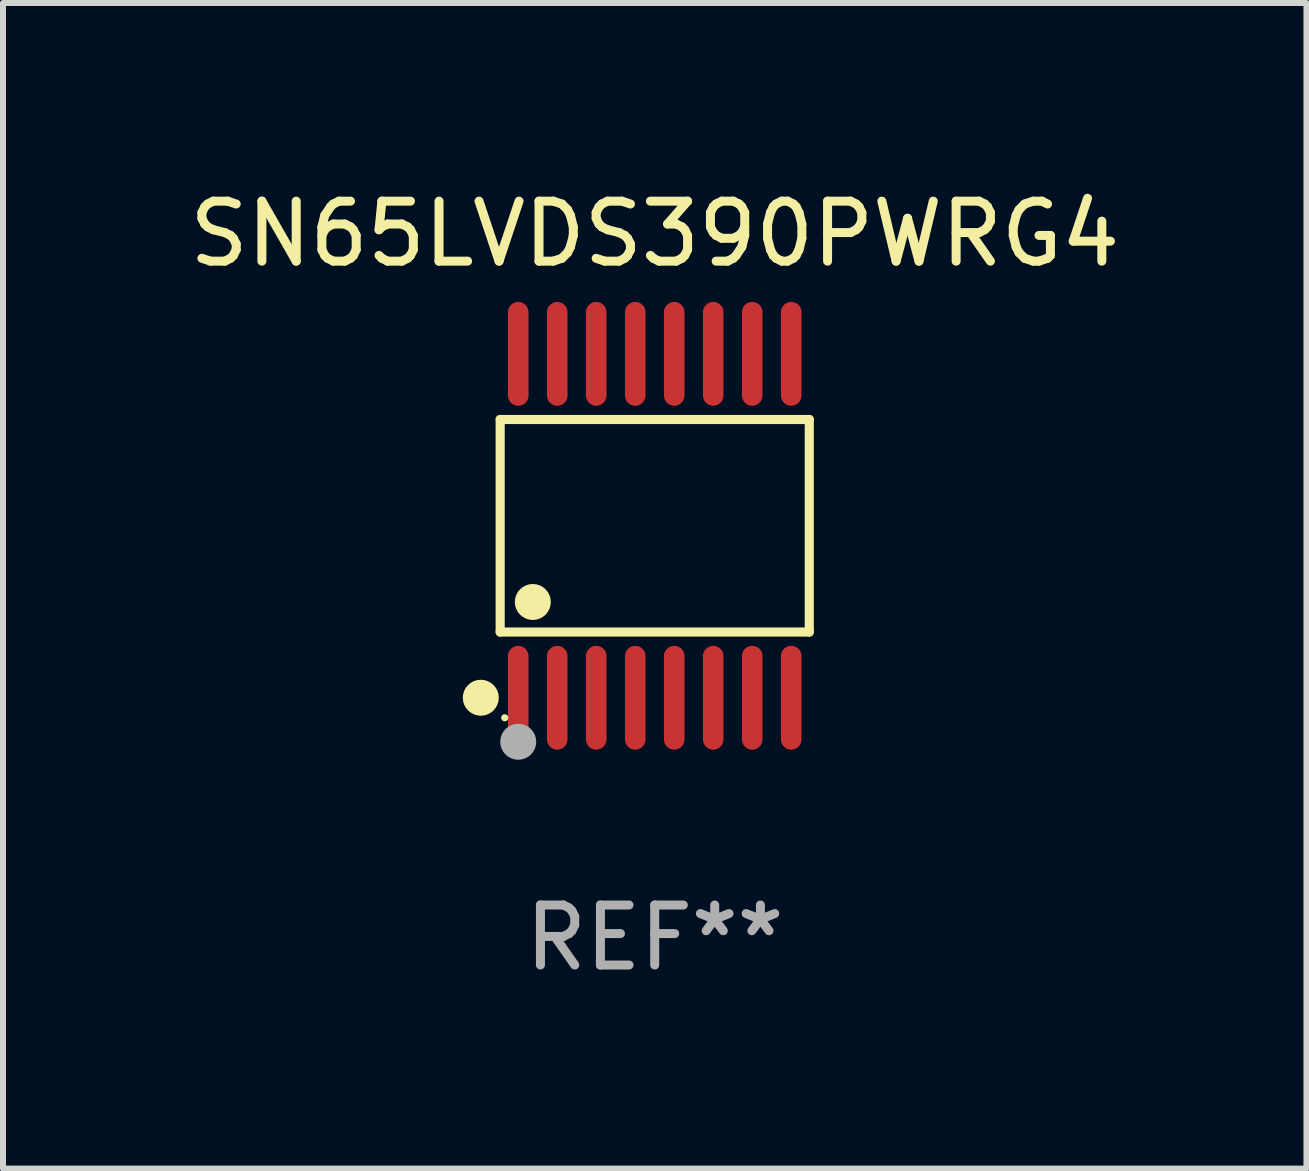
<source format=kicad_pcb>
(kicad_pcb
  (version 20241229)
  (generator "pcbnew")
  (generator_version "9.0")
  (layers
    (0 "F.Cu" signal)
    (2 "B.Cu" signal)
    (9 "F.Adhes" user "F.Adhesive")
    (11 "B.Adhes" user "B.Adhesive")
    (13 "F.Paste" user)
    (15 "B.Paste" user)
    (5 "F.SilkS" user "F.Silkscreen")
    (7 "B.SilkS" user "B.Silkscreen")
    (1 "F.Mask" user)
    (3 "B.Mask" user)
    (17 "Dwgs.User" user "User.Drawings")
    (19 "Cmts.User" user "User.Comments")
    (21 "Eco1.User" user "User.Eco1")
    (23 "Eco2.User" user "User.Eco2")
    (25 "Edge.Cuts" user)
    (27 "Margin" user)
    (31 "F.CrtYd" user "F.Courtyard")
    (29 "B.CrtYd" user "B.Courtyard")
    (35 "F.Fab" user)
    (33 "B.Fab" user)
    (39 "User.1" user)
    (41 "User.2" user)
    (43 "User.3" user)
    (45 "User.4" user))
  (footprint "SN65LVDS390PWRG4"
    (layer "F.Cu")
    (at 7.863 5.714)
    (property "Reference" "SN65LVDS390PWRG4" (at 0 -4.866 0) (layer "F.SilkS") (effects (font (size 1 1) (thickness 0.15))))
    (attr through_hole)
    (fp_line (start -2.576 -1.772) (end 2.576 -1.772) (stroke (width 0.152) (type solid)) (layer "F.SilkS"))
    (fp_line (start -2.576 1.771) (end -2.576 -1.772) (stroke (width 0.152) (type solid)) (layer "F.SilkS"))
    (fp_line (start 2.576 -1.772) (end 2.576 1.771) (stroke (width 0.152) (type solid)) (layer "F.SilkS"))
    (fp_line (start 2.576 1.771) (end -2.576 1.771) (stroke (width 0.152) (type solid)) (layer "F.SilkS"))
    (fp_circle (center -2.899 2.866) (end -2.749 2.866) (stroke (width 0.3) (type solid)) (fill no) (layer "F.SilkS"))
    (fp_circle (center -2.5 3.2) (end -2.47 3.2) (stroke (width 0.06) (type solid)) (fill no) (layer "F.SilkS"))
    (fp_circle (center -2.032 1.27) (end -1.882 1.27) (stroke (width 0.3) (type solid)) (fill no) (layer "F.SilkS"))
    (fp_circle (center -2.275 3.6) (end -2.125 3.6) (stroke (width 0.3) (type solid)) (fill no) (layer "F.Fab"))
    (fp_text user "REF**" (at 0 6.866 0) (layer "F.Fab") (effects (font (size 1 1) (thickness 0.15))))
    (pad "1" smd oval (at -2.275 2.866) (size 0.343 1.731) (layers "F.Cu" "F.Mask" "F.Paste"))
    (pad "2" smd oval (at -1.625 2.866) (size 0.343 1.731) (layers "F.Cu" "F.Mask" "F.Paste"))
    (pad "3" smd oval (at -0.975 2.866) (size 0.343 1.731) (layers "F.Cu" "F.Mask" "F.Paste"))
    (pad "4" smd oval (at -0.325 2.866) (size 0.343 1.731) (layers "F.Cu" "F.Mask" "F.Paste"))
    (pad "5" smd oval (at 0.325 2.866) (size 0.343 1.731) (layers "F.Cu" "F.Mask" "F.Paste"))
    (pad "6" smd oval (at 0.975 2.866) (size 0.343 1.731) (layers "F.Cu" "F.Mask" "F.Paste"))
    (pad "7" smd oval (at 1.625 2.866) (size 0.343 1.731) (layers "F.Cu" "F.Mask" "F.Paste"))
    (pad "8" smd oval (at 2.275 2.866) (size 0.343 1.731) (layers "F.Cu" "F.Mask" "F.Paste"))
    (pad "9" smd oval (at 2.275 -2.866) (size 0.343 1.731) (layers "F.Cu" "F.Mask" "F.Paste"))
    (pad "10" smd oval (at 1.625 -2.866) (size 0.343 1.731) (layers "F.Cu" "F.Mask" "F.Paste"))
    (pad "11" smd oval (at 0.975 -2.866) (size 0.343 1.731) (layers "F.Cu" "F.Mask" "F.Paste"))
    (pad "12" smd oval (at 0.325 -2.866) (size 0.343 1.731) (layers "F.Cu" "F.Mask" "F.Paste"))
    (pad "13" smd oval (at -0.325 -2.866) (size 0.343 1.731) (layers "F.Cu" "F.Mask" "F.Paste"))
    (pad "14" smd oval (at -0.975 -2.866) (size 0.343 1.731) (layers "F.Cu" "F.Mask" "F.Paste"))
    (pad "15" smd oval (at -1.625 -2.866) (size 0.343 1.731) (layers "F.Cu" "F.Mask" "F.Paste"))
    (pad "16" smd oval (at -2.275 -2.866) (size 0.343 1.731) (layers "F.Cu" "F.Mask" "F.Paste")))
  (gr_rect
    (start -3 -3)
    (end 18.726 16.428)
    (stroke (width 0.1) (type default))
    (fill no)
    (layer "Edge.Cuts")))
</source>
